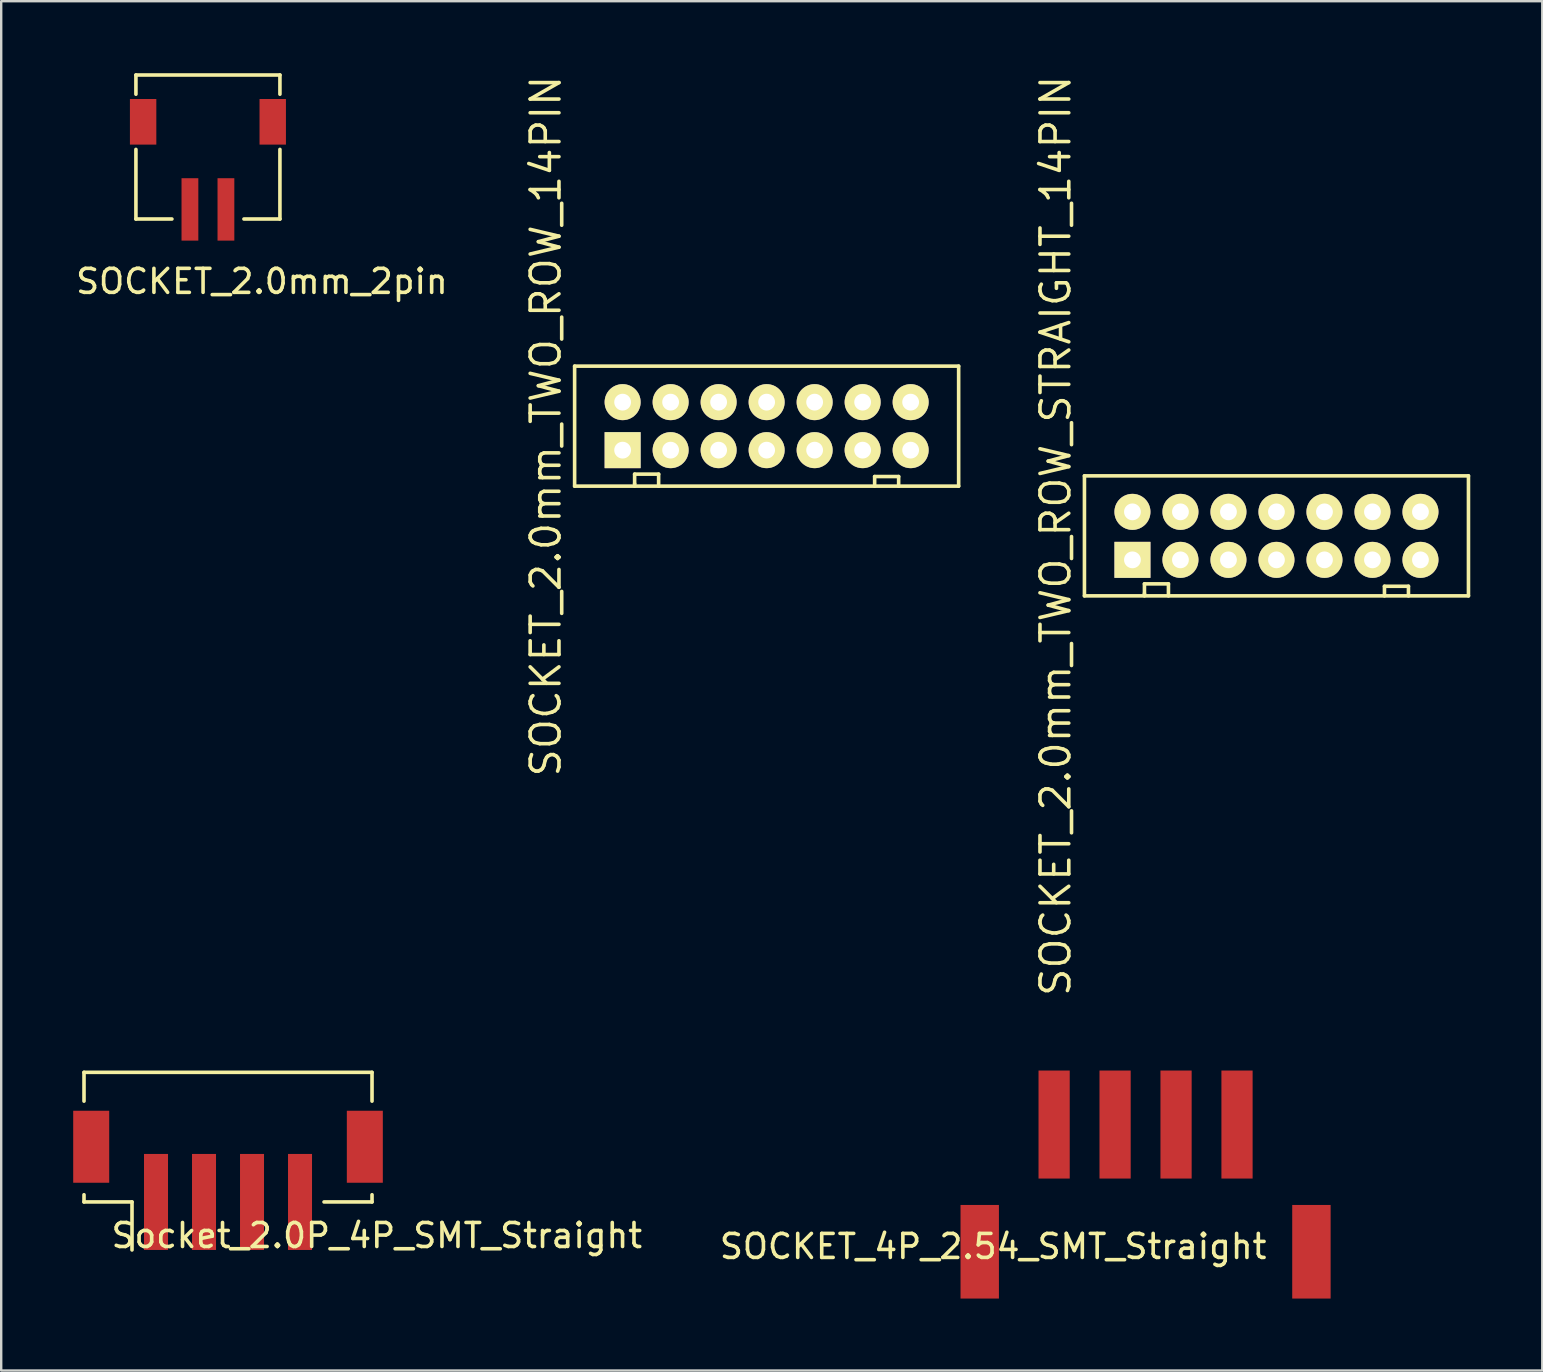
<source format=kicad_pcb>
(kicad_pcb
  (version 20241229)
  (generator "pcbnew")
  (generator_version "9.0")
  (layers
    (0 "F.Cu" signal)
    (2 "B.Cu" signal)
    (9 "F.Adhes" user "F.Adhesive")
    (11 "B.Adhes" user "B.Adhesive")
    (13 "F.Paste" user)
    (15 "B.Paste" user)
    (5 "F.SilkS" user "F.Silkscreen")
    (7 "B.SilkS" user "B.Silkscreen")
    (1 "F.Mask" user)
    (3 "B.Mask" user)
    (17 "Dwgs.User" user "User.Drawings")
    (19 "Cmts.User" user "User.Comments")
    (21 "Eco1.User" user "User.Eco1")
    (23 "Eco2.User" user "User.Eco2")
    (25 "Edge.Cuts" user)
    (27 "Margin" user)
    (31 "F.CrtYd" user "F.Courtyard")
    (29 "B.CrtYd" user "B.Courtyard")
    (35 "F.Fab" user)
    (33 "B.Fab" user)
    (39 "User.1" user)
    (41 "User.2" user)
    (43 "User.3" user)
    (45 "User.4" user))
  (footprint "SOCKET_2.0mm_TWO_ROW_14PIN"
    (layer "F.Cu")
    (at 28.891 14.705)
    (property "Reference" "SOCKET_2.0mm_TWO_ROW_14PIN" (at -9.2 0 90) (layer "F.SilkS") (effects (font (size 1.2 1.2) (thickness 0.15))))
    (attr through_hole)
    (fp_line (start -8 -2.5) (end -8 2.5) (stroke (width 0.15) (type solid)) (layer "F.SilkS"))
    (fp_line (start -8 2.5) (end 8 2.5) (stroke (width 0.15) (type solid)) (layer "F.SilkS"))
    (fp_line (start -5.5 2) (end -5.5 2.4) (stroke (width 0.15) (type solid)) (layer "F.SilkS"))
    (fp_line (start -5.5 2) (end -4.5 2) (stroke (width 0.15) (type solid)) (layer "F.SilkS"))
    (fp_line (start -5.5 2.4) (end -5.5 2.5) (stroke (width 0.15) (type solid)) (layer "F.SilkS"))
    (fp_line (start -4.5 2) (end -4.5 2.5) (stroke (width 0.15) (type solid)) (layer "F.SilkS"))
    (fp_line (start 4.5 2.1) (end 4.5 2.5) (stroke (width 0.15) (type solid)) (layer "F.SilkS"))
    (fp_line (start 4.5 2.1) (end 5.5 2.1) (stroke (width 0.15) (type solid)) (layer "F.SilkS"))
    (fp_line (start 5.5 2.1) (end 5.5 2.5) (stroke (width 0.15) (type solid)) (layer "F.SilkS"))
    (fp_line (start 8 -2.5) (end -8 -2.5) (stroke (width 0.15) (type solid)) (layer "F.SilkS"))
    (fp_line (start 8 2.5) (end 8 -2.5) (stroke (width 0.15) (type solid)) (layer "F.SilkS"))
    (pad "1" thru_hole rect (at -6 1) (size 1.5 1.5) (drill 0.7) (layers "*.Cu" "*.Mask" "F.SilkS"))
    (pad "2" thru_hole circle (at -6 -1) (size 1.5 1.5) (drill 0.7) (layers "*.Cu" "*.Mask" "F.SilkS"))
    (pad "3" thru_hole circle (at -4 1) (size 1.5 1.5) (drill 0.7) (layers "*.Cu" "*.Mask" "F.SilkS"))
    (pad "4" thru_hole circle (at -4 -1) (size 1.5 1.5) (drill 0.7) (layers "*.Cu" "*.Mask" "F.SilkS"))
    (pad "5" thru_hole circle (at -2 1) (size 1.5 1.5) (drill 0.7) (layers "*.Cu" "*.Mask" "F.SilkS"))
    (pad "6" thru_hole circle (at -2 -1) (size 1.5 1.5) (drill 0.7) (layers "*.Cu" "*.Mask" "F.SilkS"))
    (pad "7" thru_hole circle (at 0 1) (size 1.5 1.5) (drill 0.7) (layers "*.Cu" "*.Mask" "F.SilkS"))
    (pad "8" thru_hole circle (at 0 -1) (size 1.5 1.5) (drill 0.7) (layers "*.Cu" "*.Mask" "F.SilkS"))
    (pad "9" thru_hole circle (at 2 1) (size 1.5 1.5) (drill 0.7) (layers "*.Cu" "*.Mask" "F.SilkS"))
    (pad "10" thru_hole circle (at 2 -1) (size 1.5 1.5) (drill 0.7) (layers "*.Cu" "*.Mask" "F.SilkS"))
    (pad "11" thru_hole circle (at 4 1) (size 1.5 1.5) (drill 0.7) (layers "*.Cu" "*.Mask" "F.SilkS"))
    (pad "12" thru_hole circle (at 4 -1) (size 1.5 1.5) (drill 0.7) (layers "*.Cu" "*.Mask" "F.SilkS"))
    (pad "13" thru_hole circle (at 6 1) (size 1.5 1.5) (drill 0.7) (layers "*.Cu" "*.Mask" "F.SilkS"))
    (pad "14" thru_hole circle (at 6 -1) (size 1.5 1.5) (drill 0.7) (layers "*.Cu" "*.Mask" "F.SilkS")))
  (footprint "SOCKET_2.0mm_2pin"
    (layer "F.Cu")
    (at 4.863 5.675)
    (property "Reference" "SOCKET_2.0mm_2pin" (at 3 3 0) (layer "F.SilkS") (effects (font (size 1 1) (thickness 0.15))))
    (attr through_hole)
    (fp_line (start -2.25 -5.6) (end -2.25 -4.8) (stroke (width 0.15) (type solid)) (layer "F.SilkS"))
    (fp_line (start -2.25 -5.6) (end 3.75 -5.6) (stroke (width 0.15) (type solid)) (layer "F.SilkS"))
    (fp_line (start -2.25 -2.5) (end -2.25 0.4) (stroke (width 0.15) (type solid)) (layer "F.SilkS"))
    (fp_line (start -2.25 0.4) (end -0.75 0.4) (stroke (width 0.15) (type solid)) (layer "F.SilkS"))
    (fp_line (start 2.25 0.4) (end 3.75 0.4) (stroke (width 0.15) (type solid)) (layer "F.SilkS"))
    (fp_line (start 3.75 -5.6) (end 3.75 -4.8) (stroke (width 0.15) (type solid)) (layer "F.SilkS"))
    (fp_line (start 3.75 -2.5) (end 3.75 0.4) (stroke (width 0.15) (type solid)) (layer "F.SilkS"))
    (pad "1" smd rect (at 0 0) (size 0.7 2.6) (layers "F.Cu" "F.Mask" "F.Paste"))
    (pad "2" smd rect (at 1.5 0) (size 0.7 2.6) (layers "F.Cu" "F.Mask" "F.Paste"))
    (pad "3" smd rect (at -1.95 -3.65) (size 1.1 1.9) (layers "F.Cu" "F.Mask" "F.Paste"))
    (pad "4" smd rect (at 3.45 -3.65) (size 1.1 1.9) (layers "F.Cu" "F.Mask" "F.Paste")))
  (footprint "SOCKET_2.0mm_TWO_ROW_STRAIGHT_14PIN"
    (layer "F.Cu")
    (at 50.132 19.276)
    (property "Reference" "SOCKET_2.0mm_TWO_ROW_STRAIGHT_14PIN" (at -9.2 0 90) (layer "F.SilkS") (effects (font (size 1.2 1.2) (thickness 0.15))))
    (attr through_hole)
    (fp_line (start -8 -2.5) (end -8 2.5) (stroke (width 0.15) (type solid)) (layer "F.SilkS"))
    (fp_line (start -8 2.5) (end 8 2.5) (stroke (width 0.15) (type solid)) (layer "F.SilkS"))
    (fp_line (start -5.5 2) (end -5.5 2.4) (stroke (width 0.15) (type solid)) (layer "F.SilkS"))
    (fp_line (start -5.5 2) (end -4.5 2) (stroke (width 0.15) (type solid)) (layer "F.SilkS"))
    (fp_line (start -5.5 2.4) (end -5.5 2.5) (stroke (width 0.15) (type solid)) (layer "F.SilkS"))
    (fp_line (start -4.5 2) (end -4.5 2.5) (stroke (width 0.15) (type solid)) (layer "F.SilkS"))
    (fp_line (start 4.5 2.1) (end 4.5 2.5) (stroke (width 0.15) (type solid)) (layer "F.SilkS"))
    (fp_line (start 4.5 2.1) (end 5.5 2.1) (stroke (width 0.15) (type solid)) (layer "F.SilkS"))
    (fp_line (start 5.5 2.1) (end 5.5 2.5) (stroke (width 0.15) (type solid)) (layer "F.SilkS"))
    (fp_line (start 8 -2.5) (end -8 -2.5) (stroke (width 0.15) (type solid)) (layer "F.SilkS"))
    (fp_line (start 8 2.5) (end 8 -2.5) (stroke (width 0.15) (type solid)) (layer "F.SilkS"))
    (pad "1" thru_hole rect (at -6 1) (size 1.5 1.5) (drill 0.7) (layers "*.Cu" "*.Mask" "F.SilkS"))
    (pad "2" thru_hole circle (at -6 -1) (size 1.5 1.5) (drill 0.7) (layers "*.Cu" "*.Mask" "F.SilkS"))
    (pad "3" thru_hole circle (at -4 1) (size 1.5 1.5) (drill 0.7) (layers "*.Cu" "*.Mask" "F.SilkS"))
    (pad "4" thru_hole circle (at -4 -1) (size 1.5 1.5) (drill 0.7) (layers "*.Cu" "*.Mask" "F.SilkS"))
    (pad "5" thru_hole circle (at -2 1) (size 1.5 1.5) (drill 0.7) (layers "*.Cu" "*.Mask" "F.SilkS"))
    (pad "6" thru_hole circle (at -2 -1) (size 1.5 1.5) (drill 0.7) (layers "*.Cu" "*.Mask" "F.SilkS"))
    (pad "7" thru_hole circle (at 0 1) (size 1.5 1.5) (drill 0.7) (layers "*.Cu" "*.Mask" "F.SilkS"))
    (pad "8" thru_hole circle (at 0 -1) (size 1.5 1.5) (drill 0.7) (layers "*.Cu" "*.Mask" "F.SilkS"))
    (pad "9" thru_hole circle (at 2 1) (size 1.5 1.5) (drill 0.7) (layers "*.Cu" "*.Mask" "F.SilkS"))
    (pad "10" thru_hole circle (at 2 -1) (size 1.5 1.5) (drill 0.7) (layers "*.Cu" "*.Mask" "F.SilkS"))
    (pad "11" thru_hole circle (at 4 1) (size 1.5 1.5) (drill 0.7) (layers "*.Cu" "*.Mask" "F.SilkS"))
    (pad "12" thru_hole circle (at 4 -1) (size 1.5 1.5) (drill 0.7) (layers "*.Cu" "*.Mask" "F.SilkS"))
    (pad "13" thru_hole circle (at 6 1) (size 1.5 1.5) (drill 0.7) (layers "*.Cu" "*.Mask" "F.SilkS"))
    (pad "14" thru_hole circle (at 6 -1) (size 1.5 1.5) (drill 0.7) (layers "*.Cu" "*.Mask" "F.SilkS")))
  (footprint "SOCKET_4P_2.54_SMT_Straight"
    (layer "F.Cu")
    (at 40.869 43.803)
    (property "Reference" "SOCKET_4P_2.54_SMT_Straight" (at -2.54 5.08 0) (layer "F.SilkS") (effects (font (size 1 1) (thickness 0.15))))
    (attr through_hole)
    (pad "1" smd rect (at 0 0) (size 1.3 4.5) (layers "F.Cu" "F.Mask" "F.Paste"))
    (pad "2" smd rect (at 2.54 0) (size 1.3 4.5) (layers "F.Cu" "F.Mask" "F.Paste"))
    (pad "3" smd rect (at 5.08 0) (size 1.3 4.5) (layers "F.Cu" "F.Mask" "F.Paste"))
    (pad "4" smd rect (at 7.62 0) (size 1.3 4.5) (layers "F.Cu" "F.Mask" "F.Paste"))
    (pad "5" smd rect (at -3.1 5.3) (size 1.6 3.9) (layers "F.Cu" "F.Mask" "F.Paste"))
    (pad "5" smd rect (at 10.72 5.3) (size 1.6 3.9) (layers "F.Cu" "F.Mask" "F.Paste")))
  (footprint "Socket_2.0P_4P_SMT_Straight"
    (layer "F.Cu")
    (at 3.45 47.028)
    (property "Reference" "Socket_2.0P_4P_SMT_Straight" (at 9.2 1.4 0) (layer "F.SilkS") (effects (font (size 1 1) (thickness 0.15))))
    (attr through_hole)
    (fp_line (start -3 -5.4) (end -3 -4.2) (stroke (width 0.15) (type solid)) (layer "F.SilkS"))
    (fp_line (start -3 0) (end -3 -0.3) (stroke (width 0.15) (type solid)) (layer "F.SilkS"))
    (fp_line (start -1 0) (end -3 0) (stroke (width 0.15) (type solid)) (layer "F.SilkS"))
    (fp_line (start -1 0) (end -1 2) (stroke (width 0.15) (type solid)) (layer "F.SilkS"))
    (fp_line (start 7 0) (end 9 0) (stroke (width 0.15) (type solid)) (layer "F.SilkS"))
    (fp_line (start 9 -5.4) (end -3 -5.4) (stroke (width 0.15) (type solid)) (layer "F.SilkS"))
    (fp_line (start 9 -5.4) (end 9 -4.2) (stroke (width 0.15) (type solid)) (layer "F.SilkS"))
    (fp_line (start 9 0) (end 9 -0.3) (stroke (width 0.15) (type solid)) (layer "F.SilkS"))
    (pad "1" smd rect (at 0 0) (size 1 4) (layers "F.Cu" "F.Mask" "F.Paste"))
    (pad "2" smd rect (at 2 0) (size 1 4) (layers "F.Cu" "F.Mask" "F.Paste"))
    (pad "3" smd rect (at 4 0) (size 1 4) (layers "F.Cu" "F.Mask" "F.Paste"))
    (pad "4" smd rect (at 6 0) (size 1 4) (layers "F.Cu" "F.Mask" "F.Paste"))
    (pad "5" smd rect (at -2.7 -2.3) (size 1.5 3) (layers "F.Cu" "F.Mask" "F.Paste"))
    (pad "6" smd rect (at 8.7 -2.3) (size 1.5 3) (layers "F.Cu" "F.Mask" "F.Paste")))
  (gr_rect
    (start -3 -3)
    (end 61.207 54.053)
    (stroke (width 0.1) (type default))
    (fill no)
    (layer "Edge.Cuts")))
</source>
